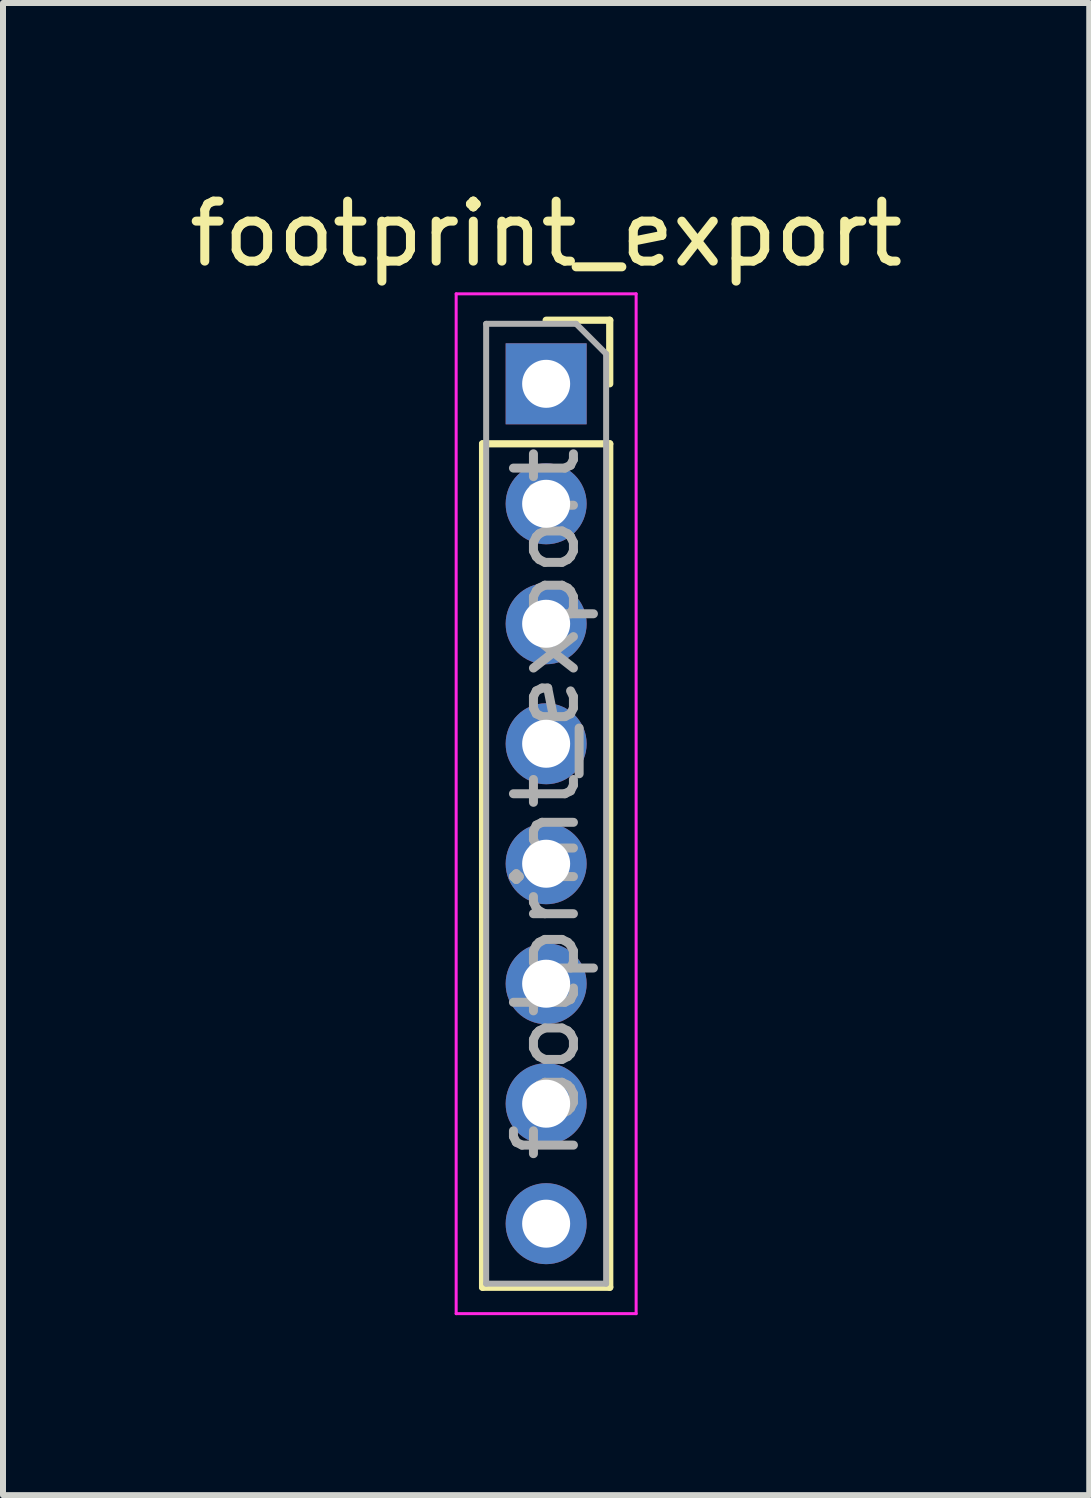
<source format=kicad_pcb>
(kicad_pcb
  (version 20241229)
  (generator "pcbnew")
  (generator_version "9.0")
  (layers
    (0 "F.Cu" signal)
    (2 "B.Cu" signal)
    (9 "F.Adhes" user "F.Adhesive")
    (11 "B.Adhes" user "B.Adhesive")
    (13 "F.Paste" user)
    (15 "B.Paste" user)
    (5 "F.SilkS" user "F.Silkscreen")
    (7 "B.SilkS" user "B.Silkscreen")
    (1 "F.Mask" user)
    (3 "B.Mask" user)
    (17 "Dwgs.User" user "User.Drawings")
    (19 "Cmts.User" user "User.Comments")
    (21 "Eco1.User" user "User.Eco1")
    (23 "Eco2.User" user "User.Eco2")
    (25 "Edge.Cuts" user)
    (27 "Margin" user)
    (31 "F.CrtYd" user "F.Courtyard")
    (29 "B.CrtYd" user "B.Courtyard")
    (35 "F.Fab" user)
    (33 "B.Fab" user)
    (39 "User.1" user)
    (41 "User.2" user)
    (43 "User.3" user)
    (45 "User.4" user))
  (footprint "footprint_export"
    (layer "F.Cu")
    (at 6.054 3.348)
    (property "Reference" "footprint_export" (at 0 -2.5 0) (layer "F.SilkS") (effects (font (size 1 1) (thickness 0.15))))
    (attr through_hole)
    (fp_line (start -1.06 1) (end -1.06 15.06) (stroke (width 0.12) (type solid)) (layer "F.SilkS"))
    (fp_line (start -1.06 1) (end 1.06 1) (stroke (width 0.12) (type solid)) (layer "F.SilkS"))
    (fp_line (start -1.06 15.06) (end 1.06 15.06) (stroke (width 0.12) (type solid)) (layer "F.SilkS"))
    (fp_line (start 0 -1.06) (end 1.06 -1.06) (stroke (width 0.12) (type solid)) (layer "F.SilkS"))
    (fp_line (start 1.06 -1.06) (end 1.06 0) (stroke (width 0.12) (type solid)) (layer "F.SilkS"))
    (fp_line (start 1.06 1) (end 1.06 15.06) (stroke (width 0.12) (type solid)) (layer "F.SilkS"))
    (fp_line (start -1.5 -1.5) (end 1.5 -1.5) (stroke (width 0.05) (type solid)) (layer "F.CrtYd"))
    (fp_line (start -1.5 15.5) (end -1.5 -1.5) (stroke (width 0.05) (type solid)) (layer "F.CrtYd"))
    (fp_line (start 1.5 -1.5) (end 1.5 15.5) (stroke (width 0.05) (type solid)) (layer "F.CrtYd"))
    (fp_line (start 1.5 15.5) (end -1.5 15.5) (stroke (width 0.05) (type solid)) (layer "F.CrtYd"))
    (fp_line (start -1 -1) (end 0.5 -1) (stroke (width 0.1) (type solid)) (layer "F.Fab"))
    (fp_line (start -1 15) (end -1 -1) (stroke (width 0.1) (type solid)) (layer "F.Fab"))
    (fp_line (start 0.5 -1) (end 1 -0.5) (stroke (width 0.1) (type solid)) (layer "F.Fab"))
    (fp_line (start 1 -0.5) (end 1 15) (stroke (width 0.1) (type solid)) (layer "F.Fab"))
    (fp_line (start 1 15) (end -1 15) (stroke (width 0.1) (type solid)) (layer "F.Fab"))
    (fp_text user "${REFERENCE}" (at 0 7 90) (layer "F.Fab") (effects (font (size 1 1) (thickness 0.15))))
    (pad "1" thru_hole rect (at 0 0) (size 1.35 1.35) (drill 0.8) (layers "*.Cu" "*.Mask"))
    (pad "2" thru_hole oval (at 0 2) (size 1.35 1.35) (drill 0.8) (layers "*.Cu" "*.Mask"))
    (pad "3" thru_hole oval (at 0 4) (size 1.35 1.35) (drill 0.8) (layers "*.Cu" "*.Mask"))
    (pad "4" thru_hole oval (at 0 6) (size 1.35 1.35) (drill 0.8) (layers "*.Cu" "*.Mask"))
    (pad "5" thru_hole oval (at 0 8) (size 1.35 1.35) (drill 0.8) (layers "*.Cu" "*.Mask"))
    (pad "6" thru_hole oval (at 0 10) (size 1.35 1.35) (drill 0.8) (layers "*.Cu" "*.Mask"))
    (pad "7" thru_hole oval (at 0 12) (size 1.35 1.35) (drill 0.8) (layers "*.Cu" "*.Mask"))
    (pad "8" thru_hole oval (at 0 14) (size 1.35 1.35) (drill 0.8) (layers "*.Cu" "*.Mask")))
  (gr_rect
    (start -3 -3)
    (end 15.107 21.873)
    (stroke (width 0.1) (type default))
    (fill no)
    (layer "Edge.Cuts")))
</source>
